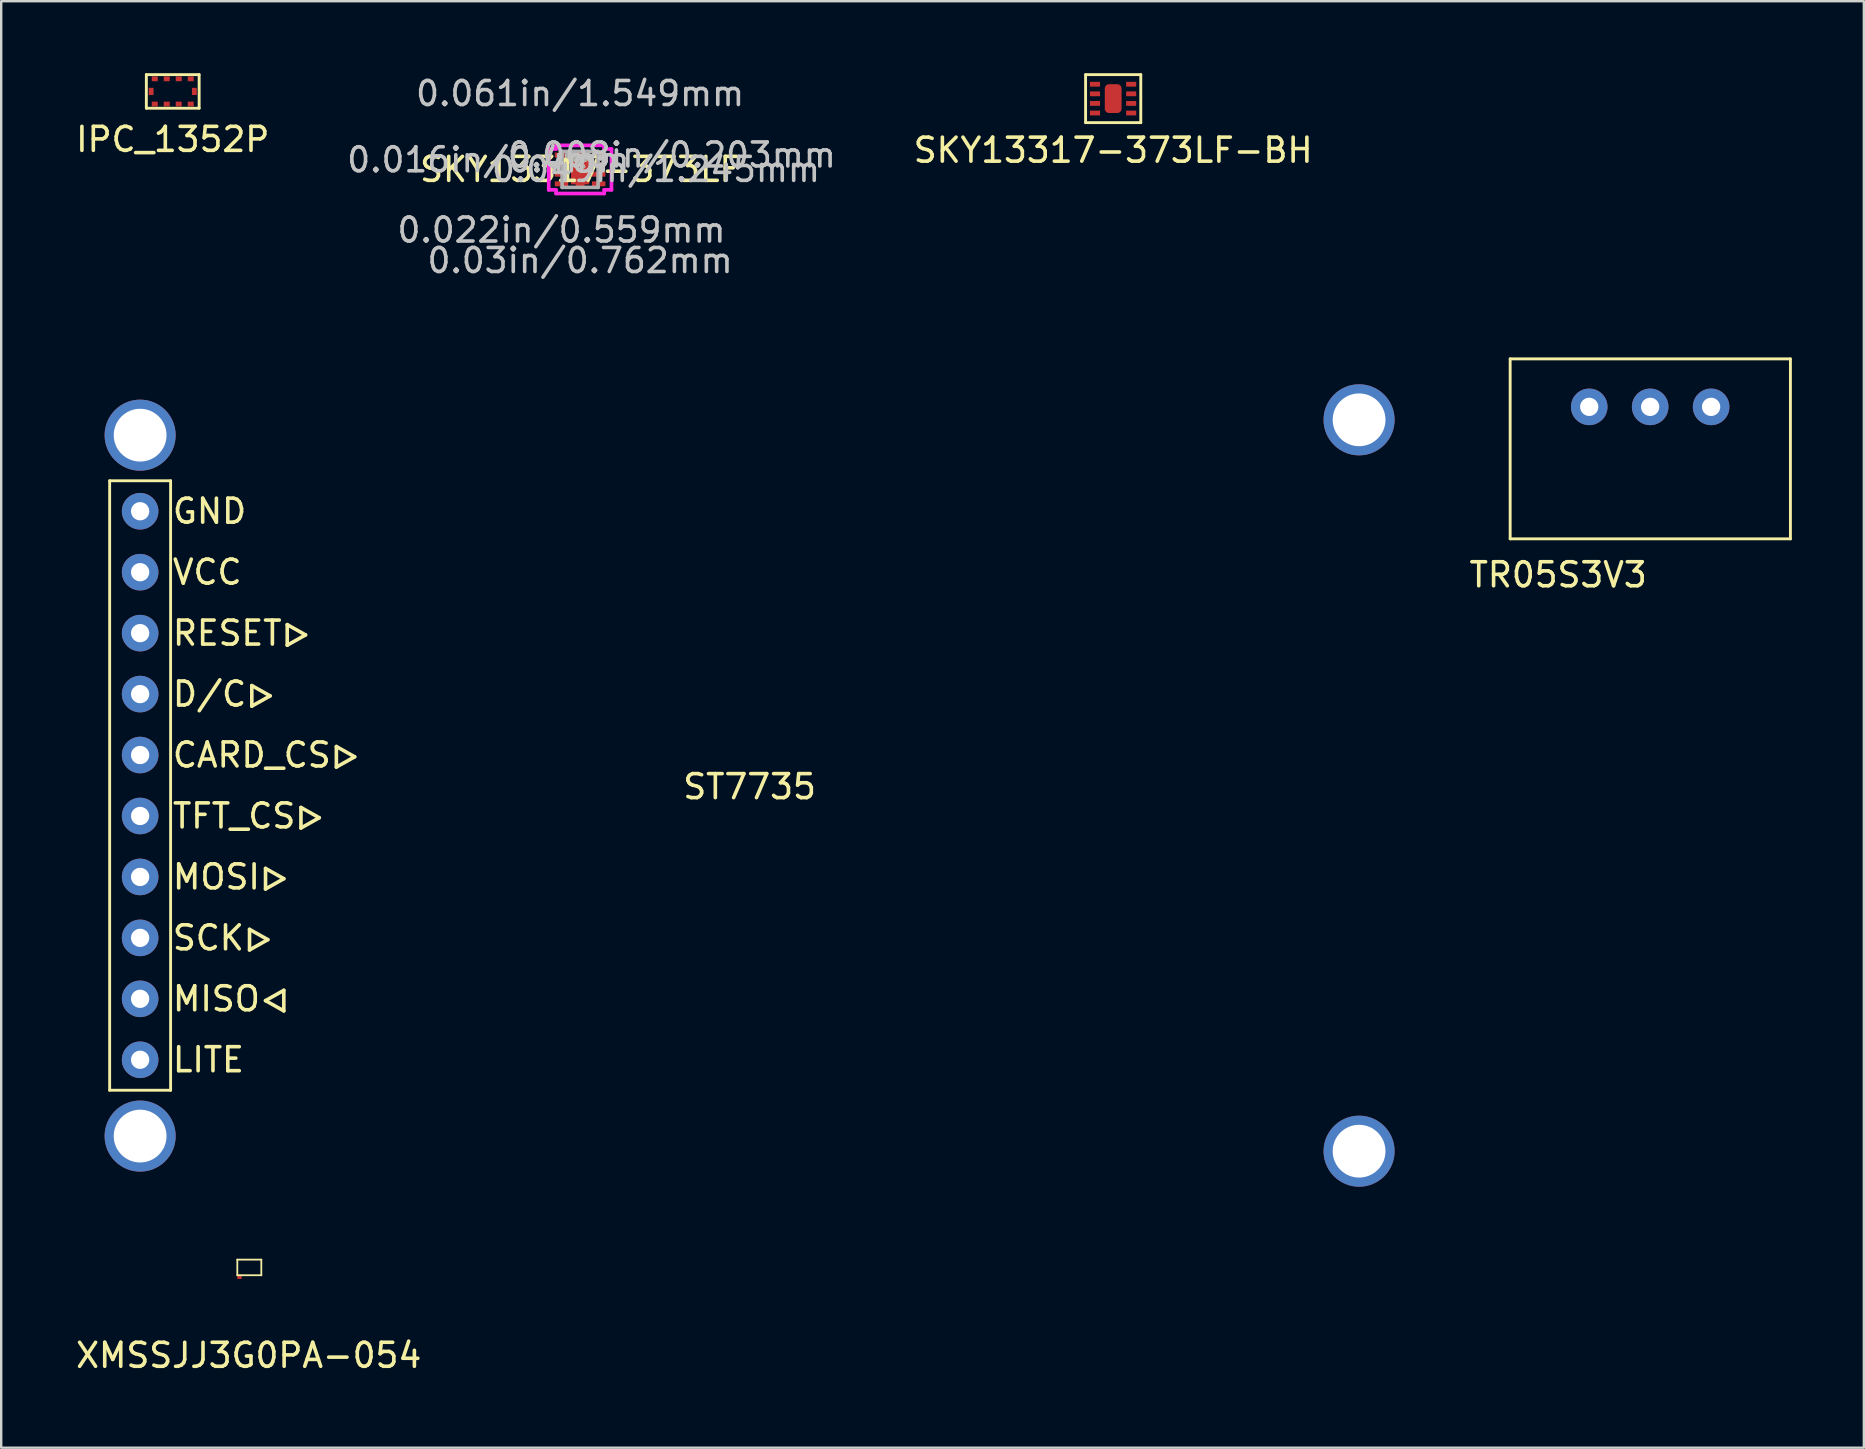
<source format=kicad_pcb>
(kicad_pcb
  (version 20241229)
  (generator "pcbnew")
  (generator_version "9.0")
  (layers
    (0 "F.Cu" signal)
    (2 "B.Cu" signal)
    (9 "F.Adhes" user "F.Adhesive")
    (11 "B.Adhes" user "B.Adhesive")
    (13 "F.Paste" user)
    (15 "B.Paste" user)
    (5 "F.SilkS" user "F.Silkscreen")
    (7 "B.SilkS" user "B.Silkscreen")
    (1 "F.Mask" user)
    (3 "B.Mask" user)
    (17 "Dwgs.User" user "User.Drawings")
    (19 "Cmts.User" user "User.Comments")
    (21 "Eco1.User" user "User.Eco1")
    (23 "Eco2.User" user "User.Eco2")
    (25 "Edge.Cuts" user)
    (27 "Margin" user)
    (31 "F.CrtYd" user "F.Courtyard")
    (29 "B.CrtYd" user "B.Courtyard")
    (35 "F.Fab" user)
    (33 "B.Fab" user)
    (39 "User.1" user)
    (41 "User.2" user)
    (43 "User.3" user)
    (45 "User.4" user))
  (footprint "TR05S3V3"
    (layer "F.Cu")
    (at 65.721 11.906)
    (property "Reference" "TR05S3V3" (at -3.835 9 0) (layer "F.SilkS") (effects (font (size 1 1) (thickness 0.15))))
    (attr through_hole)
    (fp_line (start -5.835 0) (end 5.845 0) (stroke (width 0.12) (type solid)) (layer "F.SilkS"))
    (fp_line (start -5.835 7.5) (end -5.835 0) (stroke (width 0.12) (type solid)) (layer "F.SilkS"))
    (fp_line (start 5.845 0) (end 5.845 7.5) (stroke (width 0.12) (type solid)) (layer "F.SilkS"))
    (fp_line (start 5.845 7.5) (end -5.835 7.5) (stroke (width 0.12) (type solid)) (layer "F.SilkS"))
    (pad "1" thru_hole circle (at 2.54 2) (size 1.524 1.524) (drill 0.762) (layers "*.Cu" "*.Mask"))
    (pad "2" thru_hole circle (at 0 2) (size 1.524 1.524) (drill 0.762) (layers "*.Cu" "*.Mask"))
    (pad "3" thru_hole circle (at -2.54 2) (size 1.524 1.524) (drill 0.762) (layers "*.Cu" "*.Mask")))
  (footprint "XMSSJJ3G0PA-054"
    (layer "F.Cu")
    (at 7.34 49.76)
    (property "Reference" "XMSSJJ3G0PA-054" (at -0.025 3.675 0) (layer "F.SilkS") (effects (font (size 1 1) (thickness 0.15))))
    (attr through_hole)
    (fp_line (start -0.5 -0.315) (end -0.5 0.335) (stroke (width 0.075) (type solid)) (layer "F.SilkS"))
    (fp_line (start -0.5 -0.315) (end 0.5 -0.315) (stroke (width 0.075) (type solid)) (layer "F.SilkS"))
    (fp_line (start -0.5 0.335) (end 0.5 0.335) (stroke (width 0.075) (type solid)) (layer "F.SilkS"))
    (fp_line (start 0.5 -0.315) (end 0.5 0.335) (stroke (width 0.075) (type solid)) (layer "F.SilkS"))
    (pad "1" smd rect (at -0.41 0.4) (size 0.18 0.18) (layers "F.Cu" "F.Mask" "F.Paste")))
  (footprint "SKY13317-373LF"
    (layer "F.Cu")
    (at 21.126 4.011)
    (property "Reference" "SKY13317-373LF" (at 0 0 0) (layer "F.SilkS") (effects (font (size 1 1) (thickness 0.15))))
    (attr through_hole)
    (fp_line (start -0.102 -0.673) (end 0 -0.673) (stroke (width 0.152) (type solid)) (layer "F.Cu"))
    (fp_line (start -0.102 -0.622) (end -0.102 -0.673) (stroke (width 0.152) (type solid)) (layer "F.Cu"))
    (fp_line (start -0.102 0.622) (end -0.102 0.673) (stroke (width 0.152) (type solid)) (layer "F.Cu"))
    (fp_line (start -0.102 0.673) (end 0 0.673) (stroke (width 0.152) (type solid)) (layer "F.Cu"))
    (fp_line (start 0 -0.673) (end 0 -0.622) (stroke (width 0.152) (type solid)) (layer "F.Cu"))
    (fp_line (start 0 -0.673) (end 0 -0.622) (stroke (width 0.152) (type solid)) (layer "F.Cu"))
    (fp_line (start 0 -0.622) (end -0.102 -0.622) (stroke (width 0.152) (type solid)) (layer "F.Cu"))
    (fp_line (start 0 -0.622) (end 0.102 -0.622) (stroke (width 0.152) (type solid)) (layer "F.Cu"))
    (fp_line (start 0 0.622) (end -0.102 0.622) (stroke (width 0.152) (type solid)) (layer "F.Cu"))
    (fp_line (start 0 0.622) (end 0.102 0.622) (stroke (width 0.152) (type solid)) (layer "F.Cu"))
    (fp_line (start 0 0.673) (end 0 0.622) (stroke (width 0.152) (type solid)) (layer "F.Cu"))
    (fp_line (start 0 0.673) (end 0 0.622) (stroke (width 0.152) (type solid)) (layer "F.Cu"))
    (fp_line (start 0.102 -0.673) (end 0 -0.673) (stroke (width 0.152) (type solid)) (layer "F.Cu"))
    (fp_line (start 0.102 -0.622) (end 0.102 -0.673) (stroke (width 0.152) (type solid)) (layer "F.Cu"))
    (fp_line (start 0.102 0.622) (end 0.102 0.673) (stroke (width 0.152) (type solid)) (layer "F.Cu"))
    (fp_line (start 0.102 0.673) (end 0 0.673) (stroke (width 0.152) (type solid)) (layer "F.Cu"))
    (fp_line (start -0.102 -0.673) (end 0 -0.673) (stroke (width 0.152) (type solid)) (layer "F.Mask"))
    (fp_line (start -0.102 -0.622) (end -0.102 -0.673) (stroke (width 0.152) (type solid)) (layer "F.Mask"))
    (fp_line (start -0.102 0.622) (end -0.102 0.673) (stroke (width 0.152) (type solid)) (layer "F.Mask"))
    (fp_line (start -0.102 0.673) (end 0 0.673) (stroke (width 0.152) (type solid)) (layer "F.Mask"))
    (fp_line (start 0 -0.673) (end 0 -0.622) (stroke (width 0.152) (type solid)) (layer "F.Mask"))
    (fp_line (start 0 -0.673) (end 0 -0.622) (stroke (width 0.152) (type solid)) (layer "F.Mask"))
    (fp_line (start 0 -0.622) (end -0.102 -0.622) (stroke (width 0.152) (type solid)) (layer "F.Mask"))
    (fp_line (start 0 -0.622) (end 0.102 -0.622) (stroke (width 0.152) (type solid)) (layer "F.Mask"))
    (fp_line (start 0 0.622) (end -0.102 0.622) (stroke (width 0.152) (type solid)) (layer "F.Mask"))
    (fp_line (start 0 0.622) (end 0.102 0.622) (stroke (width 0.152) (type solid)) (layer "F.Mask"))
    (fp_line (start 0 0.673) (end 0 0.622) (stroke (width 0.152) (type solid)) (layer "F.Mask"))
    (fp_line (start 0 0.673) (end 0 0.622) (stroke (width 0.152) (type solid)) (layer "F.Mask"))
    (fp_line (start 0.102 -0.673) (end 0 -0.673) (stroke (width 0.152) (type solid)) (layer "F.Mask"))
    (fp_line (start 0.102 -0.622) (end 0.102 -0.673) (stroke (width 0.152) (type solid)) (layer "F.Mask"))
    (fp_line (start 0.102 0.622) (end 0.102 0.673) (stroke (width 0.152) (type solid)) (layer "F.Mask"))
    (fp_line (start 0.102 0.673) (end 0 0.673) (stroke (width 0.152) (type solid)) (layer "F.Mask"))
    (fp_line (start -0.102 -0.673) (end 0 -0.673) (stroke (width 0.152) (type solid)) (layer "F.Paste"))
    (fp_line (start -0.102 -0.622) (end -0.102 -0.673) (stroke (width 0.152) (type solid)) (layer "F.Paste"))
    (fp_line (start -0.102 0.622) (end -0.102 0.673) (stroke (width 0.152) (type solid)) (layer "F.Paste"))
    (fp_line (start -0.102 0.673) (end 0 0.673) (stroke (width 0.152) (type solid)) (layer "F.Paste"))
    (fp_line (start 0 -0.673) (end 0 -0.622) (stroke (width 0.152) (type solid)) (layer "F.Paste"))
    (fp_line (start 0 -0.673) (end 0 -0.622) (stroke (width 0.152) (type solid)) (layer "F.Paste"))
    (fp_line (start 0 -0.622) (end -0.102 -0.622) (stroke (width 0.152) (type solid)) (layer "F.Paste"))
    (fp_line (start 0 -0.622) (end 0.102 -0.622) (stroke (width 0.152) (type solid)) (layer "F.Paste"))
    (fp_line (start 0 0.622) (end -0.102 0.622) (stroke (width 0.152) (type solid)) (layer "F.Paste"))
    (fp_line (start 0 0.622) (end 0.102 0.622) (stroke (width 0.152) (type solid)) (layer "F.Paste"))
    (fp_line (start 0 0.673) (end 0 0.622) (stroke (width 0.152) (type solid)) (layer "F.Paste"))
    (fp_line (start 0 0.673) (end 0 0.622) (stroke (width 0.152) (type solid)) (layer "F.Paste"))
    (fp_line (start 0.102 -0.673) (end 0 -0.673) (stroke (width 0.152) (type solid)) (layer "F.Paste"))
    (fp_line (start 0.102 -0.622) (end 0.102 -0.673) (stroke (width 0.152) (type solid)) (layer "F.Paste"))
    (fp_line (start 0.102 0.622) (end 0.102 0.673) (stroke (width 0.152) (type solid)) (layer "F.Paste"))
    (fp_line (start 0.102 0.673) (end 0 0.673) (stroke (width 0.152) (type solid)) (layer "F.Paste"))
    (fp_line (start -1.308 -0.851) (end -1.003 -0.851) (stroke (width 0.152) (type solid)) (layer "F.CrtYd"))
    (fp_line (start -1.308 0.851) (end -1.308 -0.851) (stroke (width 0.152) (type solid)) (layer "F.CrtYd"))
    (fp_line (start -1.003 -1.003) (end 1.003 -1.003) (stroke (width 0.152) (type solid)) (layer "F.CrtYd"))
    (fp_line (start -1.003 -0.851) (end -1.003 -1.003) (stroke (width 0.152) (type solid)) (layer "F.CrtYd"))
    (fp_line (start -1.003 0.851) (end -1.308 0.851) (stroke (width 0.152) (type solid)) (layer "F.CrtYd"))
    (fp_line (start -1.003 1.003) (end -1.003 0.851) (stroke (width 0.152) (type solid)) (layer "F.CrtYd"))
    (fp_line (start 1.003 -1.003) (end 1.003 -0.851) (stroke (width 0.152) (type solid)) (layer "F.CrtYd"))
    (fp_line (start 1.003 -0.851) (end 1.308 -0.851) (stroke (width 0.152) (type solid)) (layer "F.CrtYd"))
    (fp_line (start 1.003 0.851) (end 1.003 1.003) (stroke (width 0.152) (type solid)) (layer "F.CrtYd"))
    (fp_line (start 1.003 1.003) (end -1.003 1.003) (stroke (width 0.152) (type solid)) (layer "F.CrtYd"))
    (fp_line (start 1.308 -0.851) (end 1.308 0.851) (stroke (width 0.152) (type solid)) (layer "F.CrtYd"))
    (fp_line (start 1.308 0.851) (end 1.003 0.851) (stroke (width 0.152) (type solid)) (layer "F.CrtYd"))
    (fp_line (start -0.749 -0.749) (end -0.749 0.749) (stroke (width 0.152) (type solid)) (layer "F.Fab"))
    (fp_line (start -0.749 0.749) (end 0.749 0.749) (stroke (width 0.152) (type solid)) (layer "F.Fab"))
    (fp_line (start 0.749 -0.749) (end -0.749 -0.749) (stroke (width 0.152) (type solid)) (layer "F.Fab"))
    (fp_line (start 0.749 0.749) (end 0.749 -0.749) (stroke (width 0.152) (type solid)) (layer "F.Fab"))
    (fp_arc (start 0.3048 -0.7493) (mid 0 -0.4445) (end -0.3048 -0.7493) (stroke (width 0.1524) (type solid)) (layer "F.Fab"))
    (fp_circle (center -0.495 -0.6) (end -0.495 -0.6) (stroke (width 0.152) (type solid)) (fill no) (layer "F.Fab"))
    (fp_text user "*" (at 0 0 0) (layer "F.SilkS") (effects (font (size 1 1) (thickness 0.15))))
    (fp_text user "0.008in/0.203mm" (at 3.823 -0.6 0) (layer "Dwgs.User") (effects (font (size 1 1) (thickness 0.15))))
    (fp_text user "0.049in/1.245mm" (at 3.162 0 0) (layer "Dwgs.User") (effects (font (size 1 1) (thickness 0.15))))
    (fp_text user "0.03in/0.762mm" (at 0 3.797 0) (layer "Dwgs.User") (effects (font (size 1 1) (thickness 0.15))))
    (fp_text user "0.016in/0.4mm" (at -3.823 -0.4 0) (layer "Dwgs.User") (effects (font (size 1 1) (thickness 0.15))))
    (fp_text user "0.022in/0.559mm" (at -0.775 2.527 0) (layer "Dwgs.User") (effects (font (size 1 1) (thickness 0.15))))
    (fp_text user "0.061in/1.549mm" (at 0 -3.162 0) (layer "Dwgs.User") (effects (font (size 1 1) (thickness 0.15))))
    (fp_text user "Copyright 2016 Accelerated Designs. All rights reserved." (at 0 0 0) (layer "Cmts.User") (effects (font (size 0.127 0.127) (thickness 0.002))))
    (fp_text user "*" (at 0 0 0) (layer "F.Fab") (effects (font (size 1 1) (thickness 0.15))))
    (pad "1" smd rect (at -0.775 -0.6) (size 0.559 0.203) (layers "F.Cu" "F.Mask" "F.Paste"))
    (pad "2" smd rect (at -0.775 -0.2) (size 0.559 0.203) (layers "F.Cu" "F.Mask" "F.Paste"))
    (pad "3" smd rect (at -0.775 0.2) (size 0.559 0.203) (layers "F.Cu" "F.Mask" "F.Paste"))
    (pad "4" smd rect (at -0.775 0.6) (size 0.559 0.203) (layers "F.Cu" "F.Mask" "F.Paste"))
    (pad "5" smd rect (at 0.775 0.6) (size 0.559 0.203) (layers "F.Cu" "F.Mask" "F.Paste"))
    (pad "6" smd rect (at 0.775 0.2) (size 0.559 0.203) (layers "F.Cu" "F.Mask" "F.Paste"))
    (pad "7" smd rect (at 0.775 -0.2) (size 0.559 0.203) (layers "F.Cu" "F.Mask" "F.Paste"))
    (pad "8" smd rect (at 0.775 -0.6) (size 0.559 0.203) (layers "F.Cu" "F.Mask" "F.Paste"))
    (pad "9" smd rect (at 0 0) (size 0.762 1.245) (layers "F.Cu" "F.Mask" "F.Paste")))
  (footprint "IPC_1352P"
    (layer "F.Cu")
    (at 4.149 0.76)
    (property "Reference" "IPC_1352P" (at 0 2 0) (layer "F.SilkS") (effects (font (size 1 1) (thickness 0.15))))
    (attr through_hole)
    (fp_line (start -1.1 -0.7) (end -1.1 0.7) (stroke (width 0.12) (type solid)) (layer "F.SilkS"))
    (fp_line (start -1.1 -0.7) (end 1.1 -0.7) (stroke (width 0.12) (type solid)) (layer "F.SilkS"))
    (fp_line (start -1.1 0.7) (end 1.1 0.7) (stroke (width 0.12) (type solid)) (layer "F.SilkS"))
    (fp_line (start 1.1 0.7) (end 1.1 -0.7) (stroke (width 0.12) (type solid)) (layer "F.SilkS"))
    (pad "1" smd rect (at -0.75 0.525) (size 0.25 0.2) (layers "F.Cu" "F.Mask" "F.Paste"))
    (pad "2" smd rect (at -0.25 0.525) (size 0.25 0.2) (layers "F.Cu" "F.Mask" "F.Paste"))
    (pad "3" smd rect (at 0.25 0.525) (size 0.25 0.2) (layers "F.Cu" "F.Mask" "F.Paste"))
    (pad "4" smd rect (at 0.75 0.525) (size 0.25 0.2) (layers "F.Cu" "F.Mask" "F.Paste"))
    (pad "5" smd rect (at -0.9 0) (size 0.2 0.3) (layers "F.Cu" "F.Mask" "F.Paste"))
    (pad "6" smd rect (at 0.75 -0.525) (size 0.25 0.2) (layers "F.Cu" "F.Mask" "F.Paste"))
    (pad "7" smd rect (at 0.25 -0.525) (size 0.25 0.2) (layers "F.Cu" "F.Mask" "F.Paste"))
    (pad "8" smd rect (at -0.25 -0.525) (size 0.25 0.2) (layers "F.Cu" "F.Mask" "F.Paste"))
    (pad "9" smd rect (at -0.75 -0.525) (size 0.25 0.2) (layers "F.Cu" "F.Mask" "F.Paste"))
    (pad "10" smd rect (at 0.9 0) (size 0.2 0.3) (layers "F.Cu" "F.Mask" "F.Paste")))
  (footprint "ST7735"
    (layer "F.Cu")
    (at 0.25 11.906)
    (property "Reference" "ST7735" (at 27.94 17.83 0) (layer "F.SilkS") (effects (font (size 1 1) (thickness 0.15))))
    (attr through_hole)
    (fp_line (start 1.27 5.08) (end 3.81 5.08) (stroke (width 0.12) (type solid)) (layer "F.SilkS"))
    (fp_line (start 1.27 30.48) (end 1.27 5.08) (stroke (width 0.12) (type solid)) (layer "F.SilkS"))
    (fp_line (start 3.81 5.08) (end 3.81 30.48) (stroke (width 0.12) (type solid)) (layer "F.SilkS"))
    (fp_line (start 3.81 30.48) (end 1.27 30.48) (stroke (width 0.12) (type solid)) (layer "F.SilkS"))
    (fp_text user "SCK▷" (at 3.81 24.13 0) (layer "F.SilkS") (effects (font (size 1 1) (thickness 0.15)) (justify left)))
    (fp_text user "MISO◁" (at 3.81 26.67 0) (layer "F.SilkS") (effects (font (size 1 1) (thickness 0.15)) (justify left)))
    (fp_text user "LITE" (at 3.81 29.21 0) (layer "F.SilkS") (effects (font (size 1 1) (thickness 0.15)) (justify left)))
    (fp_text user "MOSI▷" (at 3.81 21.59 0) (layer "F.SilkS") (effects (font (size 1 1) (thickness 0.15)) (justify left)))
    (fp_text user "VCC" (at 3.81 8.89 0) (layer "F.SilkS") (effects (font (size 1 1) (thickness 0.15)) (justify left)))
    (fp_text user "CARD_CS▷" (at 3.81 16.51 0) (layer "F.SilkS") (effects (font (size 1 1) (thickness 0.15)) (justify left)))
    (fp_text user "TFT_CS▷" (at 3.81 19.05 0) (layer "F.SilkS") (effects (font (size 1 1) (thickness 0.15)) (justify left)))
    (fp_text user "D/C▷" (at 3.81 13.97 0) (layer "F.SilkS") (effects (font (size 1 1) (thickness 0.15)) (justify left)))
    (fp_text user "GND" (at 3.81 6.35 0) (layer "F.SilkS") (effects (font (size 1 1) (thickness 0.15)) (justify left)))
    (fp_text user "RESET▷" (at 3.81 11.43 0) (layer "F.SilkS") (effects (font (size 1 1) (thickness 0.15)) (justify left)))
    (pad "1" thru_hole circle (at 2.54 29.21) (size 1.524 1.524) (drill 0.762) (layers "*.Cu" "*.Mask"))
    (pad "2" thru_hole circle (at 2.54 26.67) (size 1.524 1.524) (drill 0.762) (layers "*.Cu" "*.Mask"))
    (pad "3" thru_hole circle (at 2.54 24.13) (size 1.524 1.524) (drill 0.762) (layers "*.Cu" "*.Mask"))
    (pad "4" thru_hole circle (at 2.54 21.59) (size 1.524 1.524) (drill 0.762) (layers "*.Cu" "*.Mask"))
    (pad "5" thru_hole circle (at 2.54 19.05) (size 1.524 1.524) (drill 0.762) (layers "*.Cu" "*.Mask"))
    (pad "6" thru_hole circle (at 2.54 16.51) (size 1.524 1.524) (drill 0.762) (layers "*.Cu" "*.Mask"))
    (pad "7" thru_hole circle (at 2.54 13.97) (size 1.524 1.524) (drill 0.762) (layers "*.Cu" "*.Mask"))
    (pad "8" thru_hole circle (at 2.54 11.43) (size 1.524 1.524) (drill 0.762) (layers "*.Cu" "*.Mask"))
    (pad "9" thru_hole circle (at 2.54 8.89) (size 1.524 1.524) (drill 0.762) (layers "*.Cu" "*.Mask"))
    (pad "10" thru_hole circle (at 2.54 6.35) (size 1.524 1.524) (drill 0.762) (layers "*.Cu" "*.Mask"))
    (pad "11" thru_hole circle (at 2.54 3.18) (size 2.962 2.962) (drill 2.2) (layers "*.Cu" "*.Mask"))
    (pad "11" thru_hole circle (at 2.54 32.39) (size 2.962 2.962) (drill 2.2) (layers "*.Cu" "*.Mask"))
    (pad "11" thru_hole circle (at 53.34 2.54) (size 2.962 2.962) (drill 2.2) (layers "*.Cu" "*.Mask"))
    (pad "11" thru_hole circle (at 53.34 33.02) (size 2.962 2.962) (drill 2.2) (layers "*.Cu" "*.Mask")))
  (footprint "SKY13317-373LF-BH"
    (layer "F.Cu")
    (at 43.342 1.06)
    (property "Reference" "SKY13317-373LF-BH" (at 0 2.15 0) (layer "F.SilkS") (effects (font (size 1 1) (thickness 0.15))))
    (attr through_hole)
    (fp_line (start -1.15 -1) (end -1.15 1) (stroke (width 0.12) (type solid)) (layer "F.SilkS"))
    (fp_line (start 1.15 -1) (end -1.15 -1) (stroke (width 0.12) (type solid)) (layer "F.SilkS"))
    (fp_line (start 1.15 1) (end -1.15 1) (stroke (width 0.12) (type solid)) (layer "F.SilkS"))
    (fp_line (start 1.15 1) (end 1.15 -1) (stroke (width 0.12) (type solid)) (layer "F.SilkS"))
    (pad "1" smd rect (at -0.76 -0.6) (size 0.42 0.2) (layers "F.Cu" "F.Mask" "F.Paste"))
    (pad "2" smd rect (at -0.76 -0.2) (size 0.42 0.2) (layers "F.Cu" "F.Mask" "F.Paste"))
    (pad "3" smd rect (at -0.76 0.2) (size 0.42 0.2) (layers "F.Cu" "F.Mask" "F.Paste"))
    (pad "4" smd rect (at -0.76 0.6) (size 0.42 0.2) (layers "F.Cu" "F.Mask" "F.Paste"))
    (pad "5" smd rect (at 0.75 -0.6) (size 0.42 0.2) (layers "F.Cu" "F.Mask" "F.Paste"))
    (pad "6" smd rect (at 0.75 -0.2) (size 0.42 0.2) (layers "F.Cu" "F.Mask" "F.Paste"))
    (pad "7" smd rect (at 0.75 0.2) (size 0.42 0.2) (layers "F.Cu" "F.Mask" "F.Paste"))
    (pad "8" smd rect (at 0.75 0.6) (size 0.42 0.2) (layers "F.Cu" "F.Mask" "F.Paste"))
    (pad "9" smd roundrect (at 0 0) (size 0.7 1.2) (layers "F.Cu" "F.Mask" "F.Paste") (roundrect_rratio 0.25)))
  (gr_rect
    (start -3 -3)
    (end 74.626 57.283)
    (stroke (width 0.1) (type default))
    (fill no)
    (layer "Edge.Cuts")))
</source>
